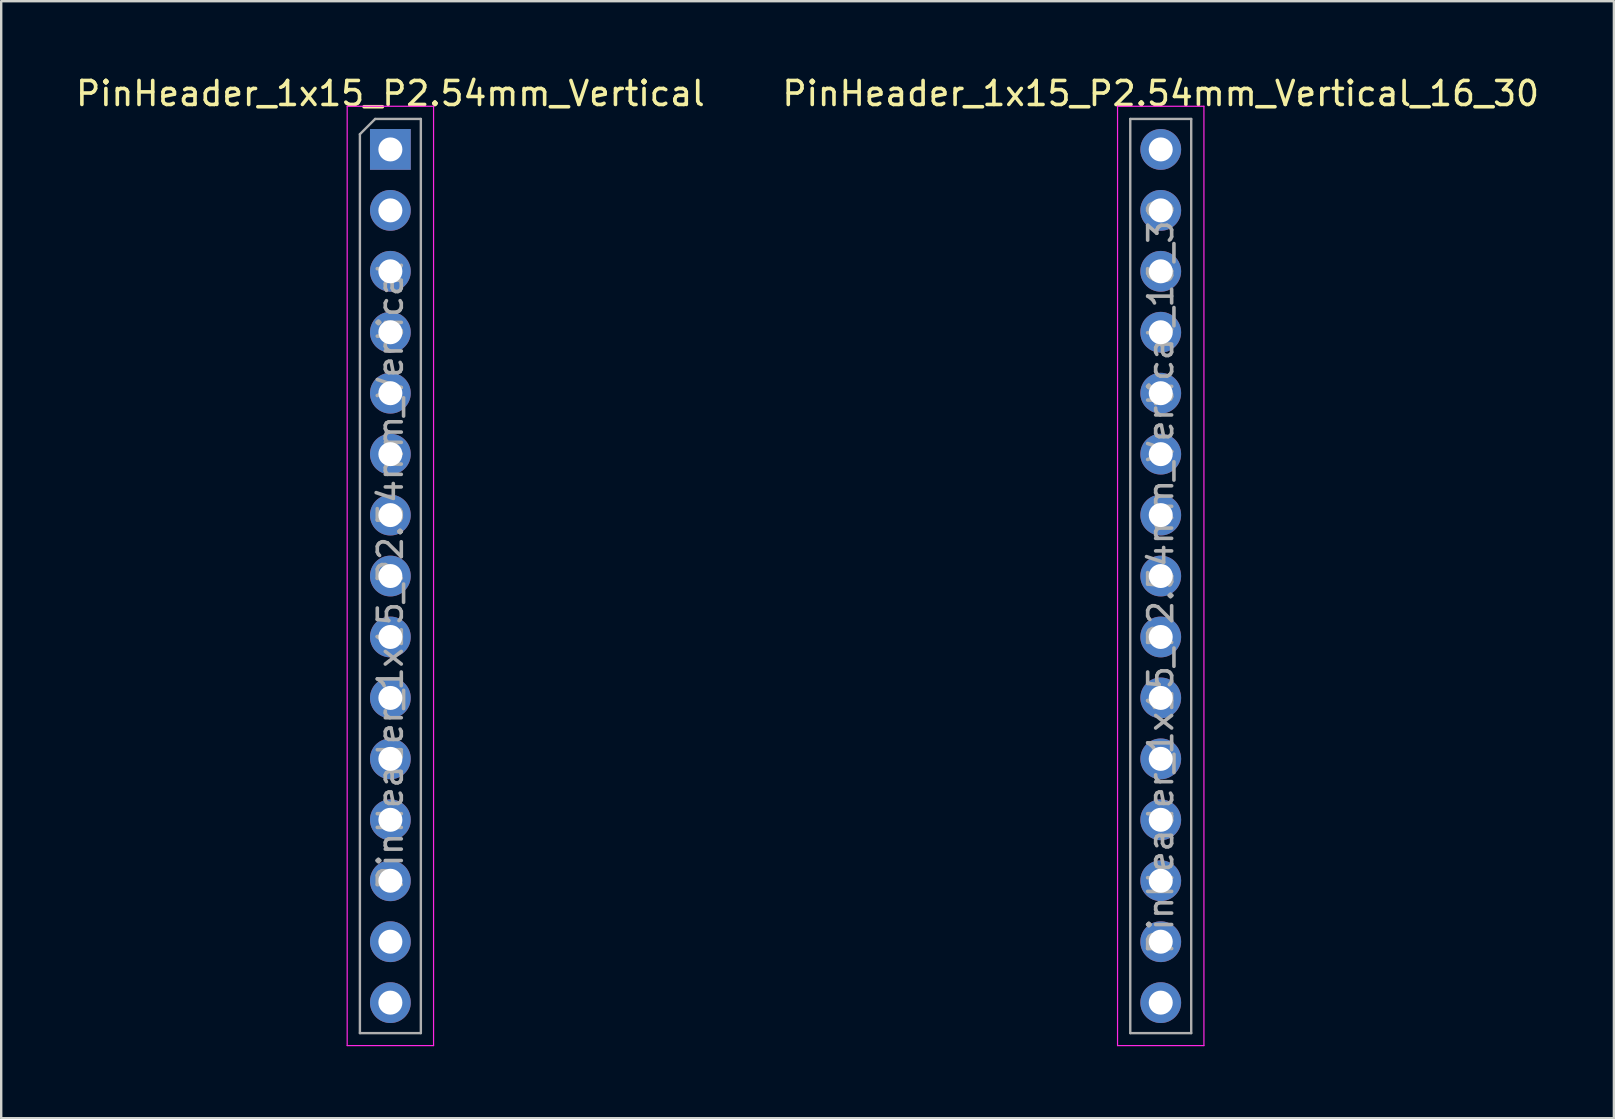
<source format=kicad_pcb>
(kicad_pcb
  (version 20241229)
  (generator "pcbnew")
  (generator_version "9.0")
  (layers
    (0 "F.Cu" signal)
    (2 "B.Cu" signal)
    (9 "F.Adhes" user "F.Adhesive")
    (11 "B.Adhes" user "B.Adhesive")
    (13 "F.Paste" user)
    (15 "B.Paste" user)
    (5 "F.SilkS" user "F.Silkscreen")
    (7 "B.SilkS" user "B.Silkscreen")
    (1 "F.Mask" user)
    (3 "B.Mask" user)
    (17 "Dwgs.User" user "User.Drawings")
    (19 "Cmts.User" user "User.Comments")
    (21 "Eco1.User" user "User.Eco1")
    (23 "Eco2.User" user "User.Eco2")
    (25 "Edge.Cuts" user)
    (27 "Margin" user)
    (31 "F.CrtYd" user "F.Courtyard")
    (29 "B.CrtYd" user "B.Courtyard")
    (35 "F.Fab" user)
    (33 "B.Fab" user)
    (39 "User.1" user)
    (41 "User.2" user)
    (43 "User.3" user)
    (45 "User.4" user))
  (footprint "PinHeader_1x15_P2.54mm_Vertical_16_30"
    (layer "F.Cu")
    (at 45.327 3.178)
    (property "Reference" "PinHeader_1x15_P2.54mm_Vertical_16_30" (at 0 -2.33 0) (layer "F.SilkS") (effects (font (size 1 1) (thickness 0.15))))
    (attr through_hole)
    (fp_line (start -1.8 -1.8) (end -1.8 37.35) (stroke (width 0.05) (type solid)) (layer "F.CrtYd"))
    (fp_line (start -1.8 37.35) (end 1.8 37.35) (stroke (width 0.05) (type solid)) (layer "F.CrtYd"))
    (fp_line (start 1.8 -1.8) (end -1.8 -1.8) (stroke (width 0.05) (type solid)) (layer "F.CrtYd"))
    (fp_line (start 1.8 37.35) (end 1.8 -1.8) (stroke (width 0.05) (type solid)) (layer "F.CrtYd"))
    (fp_line (start -1.27 -1.27) (end 1.27 -1.27) (stroke (width 0.1) (type solid)) (layer "F.Fab"))
    (fp_line (start -1.27 36.83) (end -1.27 -1.27) (stroke (width 0.1) (type solid)) (layer "F.Fab"))
    (fp_line (start 1.27 -1.27) (end 1.27 36.83) (stroke (width 0.1) (type solid)) (layer "F.Fab"))
    (fp_line (start 1.27 36.83) (end -1.27 36.83) (stroke (width 0.1) (type solid)) (layer "F.Fab"))
    (fp_text user "${REFERENCE}" (at 0 17.78 90) (layer "F.Fab") (effects (font (size 1 1) (thickness 0.15))))
    (pad "16" thru_hole oval (at 0 0) (size 1.7 1.7) (drill 1) (layers "*.Cu" "*.Mask"))
    (pad "17" thru_hole oval (at 0 2.54) (size 1.7 1.7) (drill 1) (layers "*.Cu" "*.Mask"))
    (pad "18" thru_hole oval (at 0 5.08) (size 1.7 1.7) (drill 1) (layers "*.Cu" "*.Mask"))
    (pad "19" thru_hole oval (at 0 7.62) (size 1.7 1.7) (drill 1) (layers "*.Cu" "*.Mask"))
    (pad "20" thru_hole oval (at 0 10.16) (size 1.7 1.7) (drill 1) (layers "*.Cu" "*.Mask"))
    (pad "21" thru_hole oval (at 0 12.7) (size 1.7 1.7) (drill 1) (layers "*.Cu" "*.Mask"))
    (pad "22" thru_hole oval (at 0 15.24) (size 1.7 1.7) (drill 1) (layers "*.Cu" "*.Mask"))
    (pad "23" thru_hole oval (at 0 17.78) (size 1.7 1.7) (drill 1) (layers "*.Cu" "*.Mask"))
    (pad "24" thru_hole oval (at 0 20.32) (size 1.7 1.7) (drill 1) (layers "*.Cu" "*.Mask"))
    (pad "25" thru_hole oval (at 0 22.86) (size 1.7 1.7) (drill 1) (layers "*.Cu" "*.Mask"))
    (pad "26" thru_hole oval (at 0 25.4) (size 1.7 1.7) (drill 1) (layers "*.Cu" "*.Mask"))
    (pad "27" thru_hole oval (at 0 27.94) (size 1.7 1.7) (drill 1) (layers "*.Cu" "*.Mask"))
    (pad "28" thru_hole oval (at 0 30.48) (size 1.7 1.7) (drill 1) (layers "*.Cu" "*.Mask"))
    (pad "29" thru_hole oval (at 0 33.02) (size 1.7 1.7) (drill 1) (layers "*.Cu" "*.Mask"))
    (pad "30" thru_hole oval (at 0 35.56) (size 1.7 1.7) (drill 1) (layers "*.Cu" "*.Mask")))
  (footprint "PinHeader_1x15_P2.54mm_Vertical"
    (layer "F.Cu")
    (at 13.22 3.178)
    (property "Reference" "PinHeader_1x15_P2.54mm_Vertical" (at 0 -2.33 0) (layer "F.SilkS") (effects (font (size 1 1) (thickness 0.15))))
    (attr through_hole)
    (fp_line (start -1.8 -1.8) (end -1.8 37.35) (stroke (width 0.05) (type solid)) (layer "F.CrtYd"))
    (fp_line (start -1.8 37.35) (end 1.8 37.35) (stroke (width 0.05) (type solid)) (layer "F.CrtYd"))
    (fp_line (start 1.8 -1.8) (end -1.8 -1.8) (stroke (width 0.05) (type solid)) (layer "F.CrtYd"))
    (fp_line (start 1.8 37.35) (end 1.8 -1.8) (stroke (width 0.05) (type solid)) (layer "F.CrtYd"))
    (fp_line (start -1.27 -0.635) (end -0.635 -1.27) (stroke (width 0.1) (type solid)) (layer "F.Fab"))
    (fp_line (start -1.27 36.83) (end -1.27 -0.635) (stroke (width 0.1) (type solid)) (layer "F.Fab"))
    (fp_line (start -0.635 -1.27) (end 1.27 -1.27) (stroke (width 0.1) (type solid)) (layer "F.Fab"))
    (fp_line (start 1.27 -1.27) (end 1.27 36.83) (stroke (width 0.1) (type solid)) (layer "F.Fab"))
    (fp_line (start 1.27 36.83) (end -1.27 36.83) (stroke (width 0.1) (type solid)) (layer "F.Fab"))
    (fp_text user "${REFERENCE}" (at 0 17.78 90) (layer "F.Fab") (effects (font (size 1 1) (thickness 0.15))))
    (pad "1" thru_hole rect (at 0 0) (size 1.7 1.7) (drill 1) (layers "*.Cu" "*.Mask"))
    (pad "2" thru_hole oval (at 0 2.54) (size 1.7 1.7) (drill 1) (layers "*.Cu" "*.Mask"))
    (pad "3" thru_hole oval (at 0 5.08) (size 1.7 1.7) (drill 1) (layers "*.Cu" "*.Mask"))
    (pad "4" thru_hole oval (at 0 7.62) (size 1.7 1.7) (drill 1) (layers "*.Cu" "*.Mask"))
    (pad "5" thru_hole oval (at 0 10.16) (size 1.7 1.7) (drill 1) (layers "*.Cu" "*.Mask"))
    (pad "6" thru_hole oval (at 0 12.7) (size 1.7 1.7) (drill 1) (layers "*.Cu" "*.Mask"))
    (pad "7" thru_hole oval (at 0 15.24) (size 1.7 1.7) (drill 1) (layers "*.Cu" "*.Mask"))
    (pad "8" thru_hole oval (at 0 17.78) (size 1.7 1.7) (drill 1) (layers "*.Cu" "*.Mask"))
    (pad "9" thru_hole oval (at 0 20.32) (size 1.7 1.7) (drill 1) (layers "*.Cu" "*.Mask"))
    (pad "10" thru_hole oval (at 0 22.86) (size 1.7 1.7) (drill 1) (layers "*.Cu" "*.Mask"))
    (pad "11" thru_hole oval (at 0 25.4) (size 1.7 1.7) (drill 1) (layers "*.Cu" "*.Mask"))
    (pad "12" thru_hole oval (at 0 27.94) (size 1.7 1.7) (drill 1) (layers "*.Cu" "*.Mask"))
    (pad "13" thru_hole oval (at 0 30.48) (size 1.7 1.7) (drill 1) (layers "*.Cu" "*.Mask"))
    (pad "14" thru_hole oval (at 0 33.02) (size 1.7 1.7) (drill 1) (layers "*.Cu" "*.Mask"))
    (pad "15" thru_hole oval (at 0 35.56) (size 1.7 1.7) (drill 1) (layers "*.Cu" "*.Mask")))
  (gr_rect
    (start -3 -3)
    (end 64.214 43.553)
    (stroke (width 0.1) (type default))
    (fill no)
    (layer "Edge.Cuts")))
</source>
